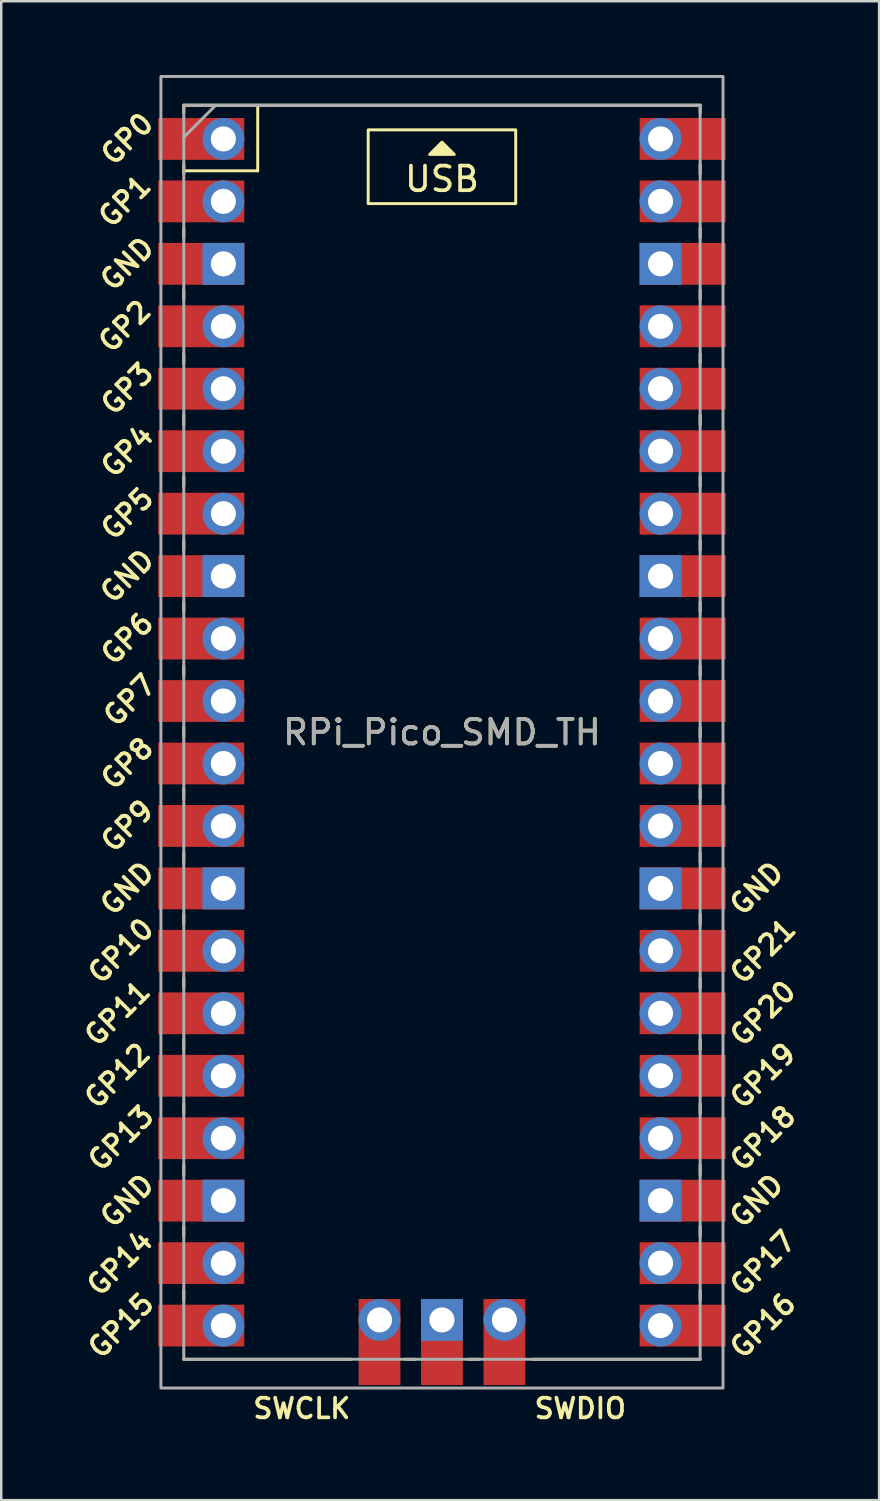
<source format=kicad_pcb>
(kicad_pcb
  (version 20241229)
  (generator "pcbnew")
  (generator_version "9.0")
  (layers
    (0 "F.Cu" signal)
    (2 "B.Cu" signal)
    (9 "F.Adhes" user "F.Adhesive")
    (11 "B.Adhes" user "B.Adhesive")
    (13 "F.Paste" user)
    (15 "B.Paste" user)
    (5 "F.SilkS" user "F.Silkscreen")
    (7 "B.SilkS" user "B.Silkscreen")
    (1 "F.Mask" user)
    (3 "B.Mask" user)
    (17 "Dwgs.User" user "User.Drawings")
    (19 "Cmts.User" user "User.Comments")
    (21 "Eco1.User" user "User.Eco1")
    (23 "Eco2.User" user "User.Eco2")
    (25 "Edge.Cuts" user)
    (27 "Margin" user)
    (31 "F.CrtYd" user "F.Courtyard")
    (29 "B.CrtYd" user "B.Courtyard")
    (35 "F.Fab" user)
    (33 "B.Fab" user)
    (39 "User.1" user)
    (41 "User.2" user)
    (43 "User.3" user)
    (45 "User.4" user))
  (footprint "RPi_Pico_SMD_TH"
    (layer "F.Cu")
    (at 14.924 26.73)
    (property "Reference" "RPi_Pico_SMD_TH" (at 0 0 0) (layer "F.SilkS") (effects (font (size 1 1) (thickness 0.15))))
    (attr smd exclude_from_pos_files)
    (fp_line (start -10.5 -25.5) (end -10.5 -25.2) (stroke (width 0.12) (type solid)) (layer "F.SilkS"))
    (fp_line (start -10.5 -25.5) (end 10.5 -25.5) (stroke (width 0.12) (type solid)) (layer "F.SilkS"))
    (fp_line (start -10.5 -23.1) (end -10.5 -22.7) (stroke (width 0.12) (type solid)) (layer "F.SilkS"))
    (fp_line (start -10.5 -22.833) (end -7.493 -22.833) (stroke (width 0.12) (type solid)) (layer "F.SilkS"))
    (fp_line (start -10.5 -20.5) (end -10.5 -20.1) (stroke (width 0.12) (type solid)) (layer "F.SilkS"))
    (fp_line (start -10.5 -18) (end -10.5 -17.6) (stroke (width 0.12) (type solid)) (layer "F.SilkS"))
    (fp_line (start -10.5 -15.4) (end -10.5 -15) (stroke (width 0.12) (type solid)) (layer "F.SilkS"))
    (fp_line (start -10.5 -12.9) (end -10.5 -12.5) (stroke (width 0.12) (type solid)) (layer "F.SilkS"))
    (fp_line (start -10.5 -10.4) (end -10.5 -10) (stroke (width 0.12) (type solid)) (layer "F.SilkS"))
    (fp_line (start -10.5 -7.8) (end -10.5 -7.4) (stroke (width 0.12) (type solid)) (layer "F.SilkS"))
    (fp_line (start -10.5 -5.3) (end -10.5 -4.9) (stroke (width 0.12) (type solid)) (layer "F.SilkS"))
    (fp_line (start -10.5 -2.7) (end -10.5 -2.3) (stroke (width 0.12) (type solid)) (layer "F.SilkS"))
    (fp_line (start -10.5 -0.2) (end -10.5 0.2) (stroke (width 0.12) (type solid)) (layer "F.SilkS"))
    (fp_line (start -10.5 2.3) (end -10.5 2.7) (stroke (width 0.12) (type solid)) (layer "F.SilkS"))
    (fp_line (start -10.5 4.9) (end -10.5 5.3) (stroke (width 0.12) (type solid)) (layer "F.SilkS"))
    (fp_line (start -10.5 7.4) (end -10.5 7.8) (stroke (width 0.12) (type solid)) (layer "F.SilkS"))
    (fp_line (start -10.5 10) (end -10.5 10.4) (stroke (width 0.12) (type solid)) (layer "F.SilkS"))
    (fp_line (start -10.5 12.5) (end -10.5 12.9) (stroke (width 0.12) (type solid)) (layer "F.SilkS"))
    (fp_line (start -10.5 15.1) (end -10.5 15.5) (stroke (width 0.12) (type solid)) (layer "F.SilkS"))
    (fp_line (start -10.5 17.6) (end -10.5 18) (stroke (width 0.12) (type solid)) (layer "F.SilkS"))
    (fp_line (start -10.5 20.1) (end -10.5 20.5) (stroke (width 0.12) (type solid)) (layer "F.SilkS"))
    (fp_line (start -10.5 22.7) (end -10.5 23.1) (stroke (width 0.12) (type solid)) (layer "F.SilkS"))
    (fp_line (start -7.493 -22.833) (end -7.493 -25.5) (stroke (width 0.12) (type solid)) (layer "F.SilkS"))
    (fp_line (start -3.7 25.5) (end -10.5 25.5) (stroke (width 0.12) (type solid)) (layer "F.SilkS"))
    (fp_line (start -1.5 25.5) (end -1.1 25.5) (stroke (width 0.12) (type solid)) (layer "F.SilkS"))
    (fp_line (start 1.1 25.5) (end 1.5 25.5) (stroke (width 0.12) (type solid)) (layer "F.SilkS"))
    (fp_line (start 10.5 -25.5) (end 10.5 -25.2) (stroke (width 0.12) (type solid)) (layer "F.SilkS"))
    (fp_line (start 10.5 -23.1) (end 10.5 -22.7) (stroke (width 0.12) (type solid)) (layer "F.SilkS"))
    (fp_line (start 10.5 -20.5) (end 10.5 -20.1) (stroke (width 0.12) (type solid)) (layer "F.SilkS"))
    (fp_line (start 10.5 -18) (end 10.5 -17.6) (stroke (width 0.12) (type solid)) (layer "F.SilkS"))
    (fp_line (start 10.5 -15.4) (end 10.5 -15) (stroke (width 0.12) (type solid)) (layer "F.SilkS"))
    (fp_line (start 10.5 -12.9) (end 10.5 -12.5) (stroke (width 0.12) (type solid)) (layer "F.SilkS"))
    (fp_line (start 10.5 -10.4) (end 10.5 -10) (stroke (width 0.12) (type solid)) (layer "F.SilkS"))
    (fp_line (start 10.5 -7.8) (end 10.5 -7.4) (stroke (width 0.12) (type solid)) (layer "F.SilkS"))
    (fp_line (start 10.5 -5.3) (end 10.5 -4.9) (stroke (width 0.12) (type solid)) (layer "F.SilkS"))
    (fp_line (start 10.5 -2.7) (end 10.5 -2.3) (stroke (width 0.12) (type solid)) (layer "F.SilkS"))
    (fp_line (start 10.5 -0.2) (end 10.5 0.2) (stroke (width 0.12) (type solid)) (layer "F.SilkS"))
    (fp_line (start 10.5 2.3) (end 10.5 2.7) (stroke (width 0.12) (type solid)) (layer "F.SilkS"))
    (fp_line (start 10.5 4.9) (end 10.5 5.3) (stroke (width 0.12) (type solid)) (layer "F.SilkS"))
    (fp_line (start 10.5 7.4) (end 10.5 7.8) (stroke (width 0.12) (type solid)) (layer "F.SilkS"))
    (fp_line (start 10.5 10) (end 10.5 10.4) (stroke (width 0.12) (type solid)) (layer "F.SilkS"))
    (fp_line (start 10.5 12.5) (end 10.5 12.9) (stroke (width 0.12) (type solid)) (layer "F.SilkS"))
    (fp_line (start 10.5 15.1) (end 10.5 15.5) (stroke (width 0.12) (type solid)) (layer "F.SilkS"))
    (fp_line (start 10.5 17.6) (end 10.5 18) (stroke (width 0.12) (type solid)) (layer "F.SilkS"))
    (fp_line (start 10.5 20.1) (end 10.5 20.5) (stroke (width 0.12) (type solid)) (layer "F.SilkS"))
    (fp_line (start 10.5 22.7) (end 10.5 23.1) (stroke (width 0.12) (type solid)) (layer "F.SilkS"))
    (fp_line (start 10.5 25.5) (end 3.7 25.5) (stroke (width 0.12) (type solid)) (layer "F.SilkS"))
    (fp_rect (start -3 -24.5) (end 3 -21.5) (stroke (width 0.12) (type solid)) (fill no) (layer "F.SilkS"))
    (fp_poly (pts (xy 0.5 -23.5) (xy -0.5 -23.5) (xy 0 -24)) (stroke (width 0.12) (type solid)) (fill yes) (layer "F.SilkS"))
    (fp_line (start -10.5 -25.5) (end 10.5 -25.5) (stroke (width 0.12) (type solid)) (layer "F.Fab"))
    (fp_line (start -10.5 -24.2) (end -9.2 -25.5) (stroke (width 0.12) (type solid)) (layer "F.Fab"))
    (fp_line (start -10.5 25.5) (end -10.5 -25.5) (stroke (width 0.12) (type solid)) (layer "F.Fab"))
    (fp_line (start 10.5 -25.5) (end 10.5 25.5) (stroke (width 0.12) (type solid)) (layer "F.Fab"))
    (fp_line (start 10.5 25.5) (end -10.5 25.5) (stroke (width 0.12) (type solid)) (layer "F.Fab"))
    (fp_rect (start -11.43 -26.67) (end 11.43 26.67) (stroke (width 0.12) (type solid)) (fill no) (layer "F.Fab"))
    (fp_rect (start -7.5 -20) (end 7.5 22.5) (stroke (width 0.12) (type default)) (fill no) (layer "User.8"))
    (fp_text user "GP21" (at 13.054 8.9 45) (layer "F.SilkS") (effects (font (size 0.8 0.8) (thickness 0.15))))
    (fp_text user "GP5" (at -12.8 -8.89 45) (layer "F.SilkS") (effects (font (size 0.8 0.8) (thickness 0.15))))
    (fp_text user "GP15" (at -13.054 24.13 45) (layer "F.SilkS") (effects (font (size 0.8 0.8) (thickness 0.15))))
    (fp_text user "SWDIO" (at 5.625 27.5 0) (layer "F.SilkS") (effects (font (size 0.8 0.8) (thickness 0.15))))
    (fp_text user "GP4" (at -12.8 -11.43 45) (layer "F.SilkS") (effects (font (size 0.8 0.8) (thickness 0.15))))
    (fp_text user "GP16" (at 13.054 24.13 45) (layer "F.SilkS") (effects (font (size 0.8 0.8) (thickness 0.15))))
    (fp_text user "GP3" (at -12.8 -13.97 45) (layer "F.SilkS") (effects (font (size 0.8 0.8) (thickness 0.15))))
    (fp_text user "GP19" (at 13.054 13.97 45) (layer "F.SilkS") (effects (font (size 0.8 0.8) (thickness 0.15))))
    (fp_text user "GP20" (at 13.054 11.43 45) (layer "F.SilkS") (effects (font (size 0.8 0.8) (thickness 0.15))))
    (fp_text user "GP2" (at -12.9 -16.51 45) (layer "F.SilkS") (effects (font (size 0.8 0.8) (thickness 0.15))))
    (fp_text user "GP0" (at -12.8 -24.13 45) (layer "F.SilkS") (effects (font (size 0.8 0.8) (thickness 0.15))))
    (fp_text user "GP18" (at 13.054 16.51 45) (layer "F.SilkS") (effects (font (size 0.8 0.8) (thickness 0.15))))
    (fp_text user "GP13" (at -13.054 16.51 45) (layer "F.SilkS") (effects (font (size 0.8 0.8) (thickness 0.15))))
    (fp_text user "SWCLK" (at -5.7 27.5 0) (layer "F.SilkS") (effects (font (size 0.8 0.8) (thickness 0.15))))
    (fp_text user "GP12" (at -13.2 13.97 45) (layer "F.SilkS") (effects (font (size 0.8 0.8) (thickness 0.15))))
    (fp_text user "GND" (at -12.8 6.35 45) (layer "F.SilkS") (effects (font (size 0.8 0.8) (thickness 0.15))))
    (fp_text user "USB" (at 0 -22.5 0) (unlocked yes) (layer "F.SilkS") (effects (font (size 1 1) (thickness 0.15))))
    (fp_text user "GP1" (at -12.9 -21.6 45) (layer "F.SilkS") (effects (font (size 0.8 0.8) (thickness 0.15))))
    (fp_text user "GP9" (at -12.8 3.81 45) (layer "F.SilkS") (effects (font (size 0.8 0.8) (thickness 0.15))))
    (fp_text user "GP10" (at -13.054 8.89 45) (layer "F.SilkS") (effects (font (size 0.8 0.8) (thickness 0.15))))
    (fp_text user "GP11" (at -13.2 11.43 45) (layer "F.SilkS") (effects (font (size 0.8 0.8) (thickness 0.15))))
    (fp_text user "GP8" (at -12.8 1.27 45) (layer "F.SilkS") (effects (font (size 0.8 0.8) (thickness 0.15))))
    (fp_text user "GP14" (at -13.1 21.59 45) (layer "F.SilkS") (effects (font (size 0.8 0.8) (thickness 0.15))))
    (fp_text user "GND" (at -12.8 -19.05 45) (layer "F.SilkS") (effects (font (size 0.8 0.8) (thickness 0.15))))
    (fp_text user "GP6" (at -12.8 -3.81 45) (layer "F.SilkS") (effects (font (size 0.8 0.8) (thickness 0.15))))
    (fp_text user "GND" (at 12.8 19.05 45) (layer "F.SilkS") (effects (font (size 0.8 0.8) (thickness 0.15))))
    (fp_text user "GP7" (at -12.7 -1.3 45) (layer "F.SilkS") (effects (font (size 0.8 0.8) (thickness 0.15))))
    (fp_text user "GND" (at -12.8 -6.35 45) (layer "F.SilkS") (effects (font (size 0.8 0.8) (thickness 0.15))))
    (fp_text user "GND" (at 12.8 6.35 45) (layer "F.SilkS") (effects (font (size 0.8 0.8) (thickness 0.15))))
    (fp_text user "GP17" (at 13.054 21.59 45) (layer "F.SilkS") (effects (font (size 0.8 0.8) (thickness 0.15))))
    (fp_text user "GND" (at -12.8 19.05 45) (layer "F.SilkS") (effects (font (size 0.8 0.8) (thickness 0.15))))
    (fp_text user "${REFERENCE}" (at 0 0 180) (layer "F.Fab") (effects (font (size 1 1) (thickness 0.15))))
    (pad "1" thru_hole oval (at -8.89 -24.13) (size 1.7 1.7) (drill 1.02) (layers "*.Cu" "*.Mask"))
    (pad "1" smd rect (at -8.89 -24.13) (size 3.5 1.7) (drill (offset -0.9 0)) (layers "F.Cu" "F.Mask"))
    (pad "2" thru_hole oval (at -8.89 -21.59) (size 1.7 1.7) (drill 1.02) (layers "*.Cu" "*.Mask"))
    (pad "2" smd rect (at -8.89 -21.59) (size 3.5 1.7) (drill (offset -0.9 0)) (layers "F.Cu" "F.Mask"))
    (pad "3" thru_hole rect (at -8.89 -19.05) (size 1.7 1.7) (drill 1.02) (layers "*.Cu" "*.Mask"))
    (pad "3" smd rect (at -8.89 -19.05) (size 3.5 1.7) (drill (offset -0.9 0)) (layers "F.Cu" "F.Mask"))
    (pad "4" thru_hole oval (at -8.89 -16.51) (size 1.7 1.7) (drill 1.02) (layers "*.Cu" "*.Mask"))
    (pad "4" smd rect (at -8.89 -16.51) (size 3.5 1.7) (drill (offset -0.9 0)) (layers "F.Cu" "F.Mask"))
    (pad "5" thru_hole oval (at -8.89 -13.97) (size 1.7 1.7) (drill 1.02) (layers "*.Cu" "*.Mask"))
    (pad "5" smd rect (at -8.89 -13.97) (size 3.5 1.7) (drill (offset -0.9 0)) (layers "F.Cu" "F.Mask"))
    (pad "6" thru_hole oval (at -8.89 -11.43) (size 1.7 1.7) (drill 1.02) (layers "*.Cu" "*.Mask"))
    (pad "6" smd rect (at -8.89 -11.43) (size 3.5 1.7) (drill (offset -0.9 0)) (layers "F.Cu" "F.Mask"))
    (pad "7" thru_hole oval (at -8.89 -8.89) (size 1.7 1.7) (drill 1.02) (layers "*.Cu" "*.Mask"))
    (pad "7" smd rect (at -8.89 -8.89) (size 3.5 1.7) (drill (offset -0.9 0)) (layers "F.Cu" "F.Mask"))
    (pad "8" thru_hole rect (at -8.89 -6.35) (size 1.7 1.7) (drill 1.02) (layers "*.Cu" "*.Mask"))
    (pad "8" smd rect (at -8.89 -6.35) (size 3.5 1.7) (drill (offset -0.9 0)) (layers "F.Cu" "F.Mask"))
    (pad "9" thru_hole oval (at -8.89 -3.81) (size 1.7 1.7) (drill 1.02) (layers "*.Cu" "*.Mask"))
    (pad "9" smd rect (at -8.89 -3.81) (size 3.5 1.7) (drill (offset -0.9 0)) (layers "F.Cu" "F.Mask"))
    (pad "10" thru_hole oval (at -8.89 -1.27) (size 1.7 1.7) (drill 1.02) (layers "*.Cu" "*.Mask"))
    (pad "10" smd rect (at -8.89 -1.27) (size 3.5 1.7) (drill (offset -0.9 0)) (layers "F.Cu" "F.Mask"))
    (pad "11" thru_hole oval (at -8.89 1.27) (size 1.7 1.7) (drill 1.02) (layers "*.Cu" "*.Mask"))
    (pad "11" smd rect (at -8.89 1.27) (size 3.5 1.7) (drill (offset -0.9 0)) (layers "F.Cu" "F.Mask"))
    (pad "12" thru_hole oval (at -8.89 3.81) (size 1.7 1.7) (drill 1.02) (layers "*.Cu" "*.Mask"))
    (pad "12" smd rect (at -8.89 3.81) (size 3.5 1.7) (drill (offset -0.9 0)) (layers "F.Cu" "F.Mask"))
    (pad "13" thru_hole rect (at -8.89 6.35) (size 1.7 1.7) (drill 1.02) (layers "*.Cu" "*.Mask"))
    (pad "13" smd rect (at -8.89 6.35) (size 3.5 1.7) (drill (offset -0.9 0)) (layers "F.Cu" "F.Mask"))
    (pad "14" thru_hole oval (at -8.89 8.89) (size 1.7 1.7) (drill 1.02) (layers "*.Cu" "*.Mask"))
    (pad "14" smd rect (at -8.89 8.89) (size 3.5 1.7) (drill (offset -0.9 0)) (layers "F.Cu" "F.Mask"))
    (pad "15" thru_hole oval (at -8.89 11.43) (size 1.7 1.7) (drill 1.02) (layers "*.Cu" "*.Mask"))
    (pad "15" smd rect (at -8.89 11.43) (size 3.5 1.7) (drill (offset -0.9 0)) (layers "F.Cu" "F.Mask"))
    (pad "16" thru_hole oval (at -8.89 13.97) (size 1.7 1.7) (drill 1.02) (layers "*.Cu" "*.Mask"))
    (pad "16" smd rect (at -8.89 13.97) (size 3.5 1.7) (drill (offset -0.9 0)) (layers "F.Cu" "F.Mask"))
    (pad "17" thru_hole oval (at -8.89 16.51) (size 1.7 1.7) (drill 1.02) (layers "*.Cu" "*.Mask"))
    (pad "17" smd rect (at -8.89 16.51) (size 3.5 1.7) (drill (offset -0.9 0)) (layers "F.Cu" "F.Mask"))
    (pad "18" thru_hole rect (at -8.89 19.05) (size 1.7 1.7) (drill 1.02) (layers "*.Cu" "*.Mask"))
    (pad "18" smd rect (at -8.89 19.05) (size 3.5 1.7) (drill (offset -0.9 0)) (layers "F.Cu" "F.Mask"))
    (pad "19" thru_hole oval (at -8.89 21.59) (size 1.7 1.7) (drill 1.02) (layers "*.Cu" "*.Mask"))
    (pad "19" smd rect (at -8.89 21.59) (size 3.5 1.7) (drill (offset -0.9 0)) (layers "F.Cu" "F.Mask"))
    (pad "20" thru_hole oval (at -8.89 24.13) (size 1.7 1.7) (drill 1.02) (layers "*.Cu" "*.Mask"))
    (pad "20" smd rect (at -8.89 24.13) (size 3.5 1.7) (drill (offset -0.9 0)) (layers "F.Cu" "F.Mask"))
    (pad "21" thru_hole oval (at 8.89 24.13) (size 1.7 1.7) (drill 1.02) (layers "*.Cu" "*.Mask"))
    (pad "21" smd rect (at 8.89 24.13) (size 3.5 1.7) (drill (offset 0.9 0)) (layers "F.Cu" "F.Mask"))
    (pad "22" thru_hole oval (at 8.89 21.59) (size 1.7 1.7) (drill 1.02) (layers "*.Cu" "*.Mask"))
    (pad "22" smd rect (at 8.89 21.59) (size 3.5 1.7) (drill (offset 0.9 0)) (layers "F.Cu" "F.Mask"))
    (pad "23" thru_hole rect (at 8.89 19.05) (size 1.7 1.7) (drill 1.02) (layers "*.Cu" "*.Mask"))
    (pad "23" smd rect (at 8.89 19.05) (size 3.5 1.7) (drill (offset 0.9 0)) (layers "F.Cu" "F.Mask"))
    (pad "24" thru_hole oval (at 8.89 16.51) (size 1.7 1.7) (drill 1.02) (layers "*.Cu" "*.Mask"))
    (pad "24" smd rect (at 8.89 16.51) (size 3.5 1.7) (drill (offset 0.9 0)) (layers "F.Cu" "F.Mask"))
    (pad "25" thru_hole oval (at 8.89 13.97) (size 1.7 1.7) (drill 1.02) (layers "*.Cu" "*.Mask"))
    (pad "25" smd rect (at 8.89 13.97) (size 3.5 1.7) (drill (offset 0.9 0)) (layers "F.Cu" "F.Mask"))
    (pad "26" thru_hole oval (at 8.89 11.43) (size 1.7 1.7) (drill 1.02) (layers "*.Cu" "*.Mask"))
    (pad "26" smd rect (at 8.89 11.43) (size 3.5 1.7) (drill (offset 0.9 0)) (layers "F.Cu" "F.Mask"))
    (pad "27" thru_hole oval (at 8.89 8.89) (size 1.7 1.7) (drill 1.02) (layers "*.Cu" "*.Mask"))
    (pad "27" smd rect (at 8.89 8.89) (size 3.5 1.7) (drill (offset 0.9 0)) (layers "F.Cu" "F.Mask"))
    (pad "28" thru_hole rect (at 8.89 6.35) (size 1.7 1.7) (drill 1.02) (layers "*.Cu" "*.Mask"))
    (pad "28" smd rect (at 8.89 6.35) (size 3.5 1.7) (drill (offset 0.9 0)) (layers "F.Cu" "F.Mask"))
    (pad "29" thru_hole oval (at 8.89 3.81) (size 1.7 1.7) (drill 1.02) (layers "*.Cu" "*.Mask"))
    (pad "29" smd rect (at 8.89 3.81) (size 3.5 1.7) (drill (offset 0.9 0)) (layers "F.Cu" "F.Mask"))
    (pad "30" thru_hole oval (at 8.89 1.27) (size 1.7 1.7) (drill 1.02) (layers "*.Cu" "*.Mask"))
    (pad "30" smd rect (at 8.89 1.27) (size 3.5 1.7) (drill (offset 0.9 0)) (layers "F.Cu" "F.Mask"))
    (pad "31" thru_hole oval (at 8.89 -1.27) (size 1.7 1.7) (drill 1.02) (layers "*.Cu" "*.Mask"))
    (pad "31" smd rect (at 8.89 -1.27) (size 3.5 1.7) (drill (offset 0.9 0)) (layers "F.Cu" "F.Mask"))
    (pad "32" thru_hole oval (at 8.89 -3.81) (size 1.7 1.7) (drill 1.02) (layers "*.Cu" "*.Mask"))
    (pad "32" smd rect (at 8.89 -3.81) (size 3.5 1.7) (drill (offset 0.9 0)) (layers "F.Cu" "F.Mask"))
    (pad "33" thru_hole rect (at 8.89 -6.35) (size 1.7 1.7) (drill 1.02) (layers "*.Cu" "*.Mask"))
    (pad "33" smd rect (at 8.89 -6.35) (size 3.5 1.7) (drill (offset 0.9 0)) (layers "F.Cu" "F.Mask"))
    (pad "34" thru_hole oval (at 8.89 -8.89) (size 1.7 1.7) (drill 1.02) (layers "*.Cu" "*.Mask"))
    (pad "34" smd rect (at 8.89 -8.89) (size 3.5 1.7) (drill (offset 0.9 0)) (layers "F.Cu" "F.Mask"))
    (pad "35" thru_hole oval (at 8.89 -11.43) (size 1.7 1.7) (drill 1.02) (layers "*.Cu" "*.Mask"))
    (pad "35" smd rect (at 8.89 -11.43) (size 3.5 1.7) (drill (offset 0.9 0)) (layers "F.Cu" "F.Mask"))
    (pad "36" thru_hole oval (at 8.89 -13.97) (size 1.7 1.7) (drill 1.02) (layers "*.Cu" "*.Mask"))
    (pad "36" smd rect (at 8.89 -13.97) (size 3.5 1.7) (drill (offset 0.9 0)) (layers "F.Cu" "F.Mask"))
    (pad "37" thru_hole oval (at 8.89 -16.51) (size 1.7 1.7) (drill 1.02) (layers "*.Cu" "*.Mask"))
    (pad "37" smd rect (at 8.89 -16.51) (size 3.5 1.7) (drill (offset 0.9 0)) (layers "F.Cu" "F.Mask"))
    (pad "38" thru_hole rect (at 8.89 -19.05) (size 1.7 1.7) (drill 1.02) (layers "*.Cu" "*.Mask"))
    (pad "38" smd rect (at 8.89 -19.05) (size 3.5 1.7) (drill (offset 0.9 0)) (layers "F.Cu" "F.Mask"))
    (pad "39" thru_hole oval (at 8.89 -21.59) (size 1.7 1.7) (drill 1.02) (layers "*.Cu" "*.Mask"))
    (pad "39" smd rect (at 8.89 -21.59) (size 3.5 1.7) (drill (offset 0.9 0)) (layers "F.Cu" "F.Mask"))
    (pad "40" thru_hole oval (at 8.89 -24.13) (size 1.7 1.7) (drill 1.02) (layers "*.Cu" "*.Mask"))
    (pad "40" smd rect (at 8.89 -24.13) (size 3.5 1.7) (drill (offset 0.9 0)) (layers "F.Cu" "F.Mask"))
    (pad "41" thru_hole oval (at -2.54 23.9) (size 1.7 1.7) (drill 1.02) (layers "*.Cu" "*.Mask"))
    (pad "41" smd rect (at -2.54 23.9 90) (size 3.5 1.7) (drill (offset -0.9 0)) (layers "F.Cu" "F.Mask"))
    (pad "42" thru_hole rect (at 0 23.9) (size 1.7 1.7) (drill 1.02) (layers "*.Cu" "*.Mask"))
    (pad "42" smd rect (at 0 23.9 90) (size 3.5 1.7) (drill (offset -0.9 0)) (layers "F.Cu" "F.Mask"))
    (pad "43" thru_hole oval (at 2.54 23.9) (size 1.7 1.7) (drill 1.02) (layers "*.Cu" "*.Mask"))
    (pad "43" smd rect (at 2.54 23.9 90) (size 3.5 1.7) (drill (offset -0.9 0)) (layers "F.Cu" "F.Mask")))
  (gr_rect
    (start -3 -3)
    (end 32.702 57.961)
    (stroke (width 0.1) (type default))
    (fill no)
    (layer "Edge.Cuts")))
</source>
